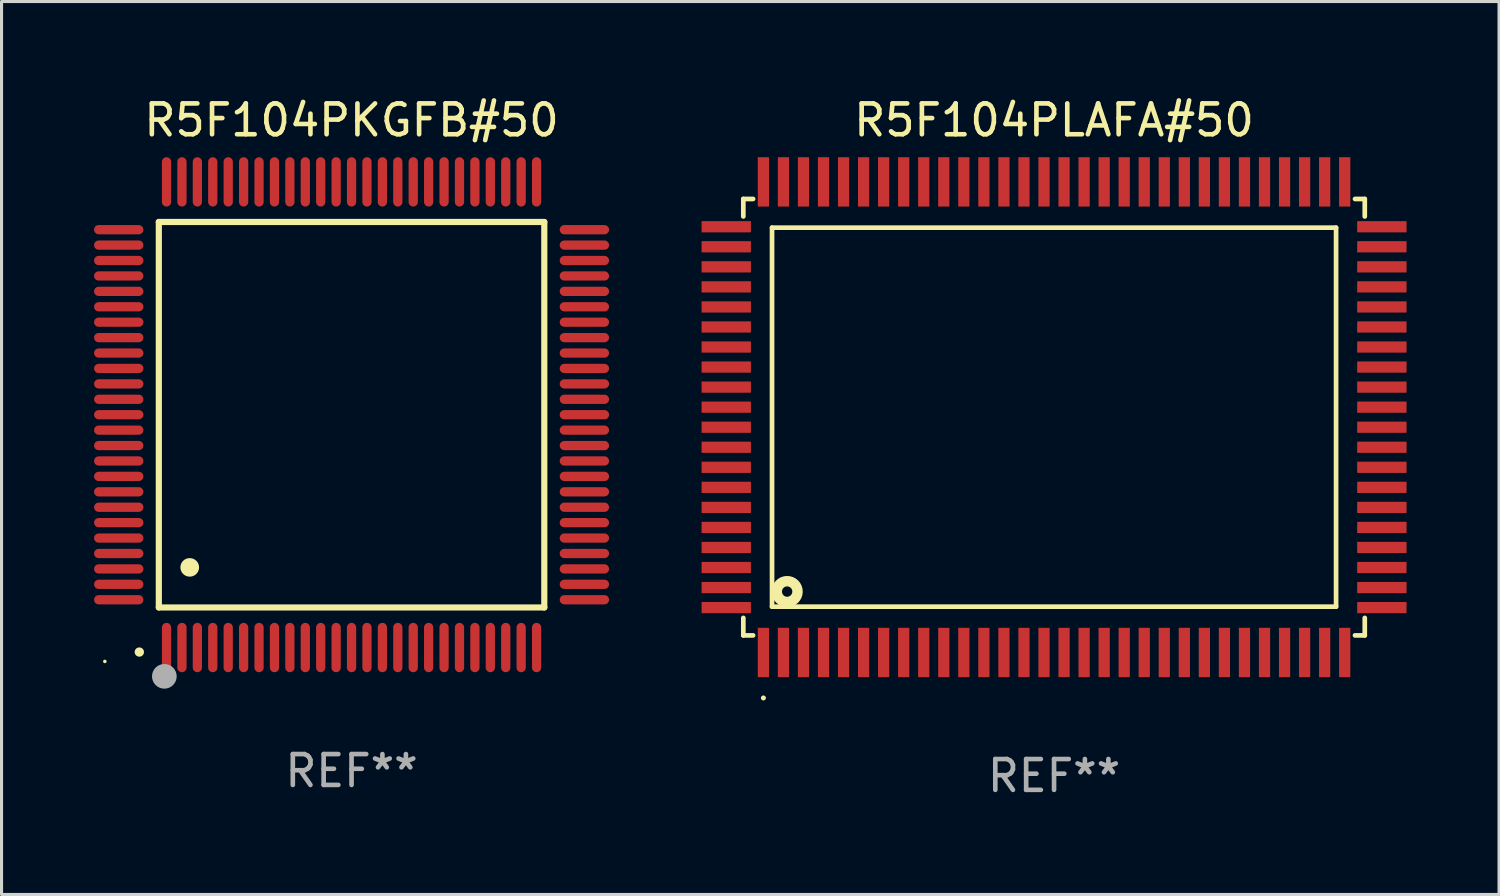
<source format=kicad_pcb>
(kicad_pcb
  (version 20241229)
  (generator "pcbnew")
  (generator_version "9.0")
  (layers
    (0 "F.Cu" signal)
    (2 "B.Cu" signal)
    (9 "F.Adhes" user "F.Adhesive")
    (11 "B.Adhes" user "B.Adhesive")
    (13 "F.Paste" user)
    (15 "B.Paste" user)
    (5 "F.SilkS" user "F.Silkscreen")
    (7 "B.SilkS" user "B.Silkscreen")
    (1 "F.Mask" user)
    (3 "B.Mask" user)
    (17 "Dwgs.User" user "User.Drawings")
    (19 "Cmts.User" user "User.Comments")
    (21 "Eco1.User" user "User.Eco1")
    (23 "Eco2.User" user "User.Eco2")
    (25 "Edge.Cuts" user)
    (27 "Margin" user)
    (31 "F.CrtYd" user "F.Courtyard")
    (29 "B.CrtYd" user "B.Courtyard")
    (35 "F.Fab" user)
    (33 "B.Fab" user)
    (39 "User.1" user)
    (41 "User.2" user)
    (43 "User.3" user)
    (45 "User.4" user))
  (footprint "R5F104PLAFA#50"
    (layer "F.Cu")
    (at 31.13 10.478)
    (property "Reference" "R5F104PLAFA#50" (at 0 -9.63 0) (layer "F.SilkS") (effects (font (size 1 1) (thickness 0.15))))
    (attr through_hole)
    (fp_line (start -10.076 -7.076) (end -10.076 -6.509) (stroke (width 0.152) (type solid)) (layer "F.SilkS"))
    (fp_line (start -10.076 7.076) (end -10.076 6.509) (stroke (width 0.152) (type solid)) (layer "F.SilkS"))
    (fp_line (start -9.759 -7.076) (end -10.076 -7.076) (stroke (width 0.152) (type solid)) (layer "F.SilkS"))
    (fp_line (start -9.759 7.076) (end -10.076 7.076) (stroke (width 0.152) (type solid)) (layer "F.SilkS"))
    (fp_line (start -9.145 -6.145) (end 9.145 -6.145) (stroke (width 0.152) (type solid)) (layer "F.SilkS"))
    (fp_line (start -9.145 6.145) (end -9.145 -6.145) (stroke (width 0.152) (type solid)) (layer "F.SilkS"))
    (fp_line (start 9.145 -6.145) (end 9.145 6.145) (stroke (width 0.152) (type solid)) (layer "F.SilkS"))
    (fp_line (start 9.145 6.145) (end -9.145 6.145) (stroke (width 0.152) (type solid)) (layer "F.SilkS"))
    (fp_line (start 9.759 -7.076) (end 10.076 -7.076) (stroke (width 0.152) (type solid)) (layer "F.SilkS"))
    (fp_line (start 9.759 7.076) (end 10.076 7.076) (stroke (width 0.152) (type solid)) (layer "F.SilkS"))
    (fp_line (start 10.076 -7.076) (end 10.076 -6.509) (stroke (width 0.152) (type solid)) (layer "F.SilkS"))
    (fp_line (start 10.076 7.076) (end 10.076 6.509) (stroke (width 0.152) (type solid)) (layer "F.SilkS"))
    (fp_circle (center -9.425 9.105) (end -9.384 9.105) (stroke (width 0.081) (type solid)) (fill no) (layer "F.SilkS"))
    (fp_circle (center -8.655 5.655) (end -8.487 5.655) (stroke (width 0.338) (type solid)) (fill no) (layer "F.SilkS"))
    (fp_text user "REF**" (at 0 11.63 0) (layer "F.Fab") (effects (font (size 1 1) (thickness 0.15))))
    (pad "1" smd rect (at -9.425 7.63) (size 0.364 1.6) (layers "F.Cu" "F.Mask" "F.Paste"))
    (pad "2" smd rect (at -8.775 7.63) (size 0.364 1.6) (layers "F.Cu" "F.Mask" "F.Paste"))
    (pad "3" smd rect (at -8.125 7.63) (size 0.364 1.6) (layers "F.Cu" "F.Mask" "F.Paste"))
    (pad "4" smd rect (at -7.475 7.63) (size 0.364 1.6) (layers "F.Cu" "F.Mask" "F.Paste"))
    (pad "5" smd rect (at -6.825 7.63) (size 0.364 1.6) (layers "F.Cu" "F.Mask" "F.Paste"))
    (pad "6" smd rect (at -6.175 7.63) (size 0.364 1.6) (layers "F.Cu" "F.Mask" "F.Paste"))
    (pad "7" smd rect (at -5.525 7.63) (size 0.364 1.6) (layers "F.Cu" "F.Mask" "F.Paste"))
    (pad "8" smd rect (at -4.875 7.63) (size 0.364 1.6) (layers "F.Cu" "F.Mask" "F.Paste"))
    (pad "9" smd rect (at -4.225 7.63) (size 0.364 1.6) (layers "F.Cu" "F.Mask" "F.Paste"))
    (pad "10" smd rect (at -3.575 7.63) (size 0.364 1.6) (layers "F.Cu" "F.Mask" "F.Paste"))
    (pad "11" smd rect (at -2.925 7.63) (size 0.364 1.6) (layers "F.Cu" "F.Mask" "F.Paste"))
    (pad "12" smd rect (at -2.275 7.63) (size 0.364 1.6) (layers "F.Cu" "F.Mask" "F.Paste"))
    (pad "13" smd rect (at -1.625 7.63) (size 0.364 1.6) (layers "F.Cu" "F.Mask" "F.Paste"))
    (pad "14" smd rect (at -0.975 7.63) (size 0.364 1.6) (layers "F.Cu" "F.Mask" "F.Paste"))
    (pad "15" smd rect (at -0.325 7.63) (size 0.364 1.6) (layers "F.Cu" "F.Mask" "F.Paste"))
    (pad "16" smd rect (at 0.325 7.63) (size 0.364 1.6) (layers "F.Cu" "F.Mask" "F.Paste"))
    (pad "17" smd rect (at 0.975 7.63) (size 0.364 1.6) (layers "F.Cu" "F.Mask" "F.Paste"))
    (pad "18" smd rect (at 1.625 7.63) (size 0.364 1.6) (layers "F.Cu" "F.Mask" "F.Paste"))
    (pad "19" smd rect (at 2.275 7.63) (size 0.364 1.6) (layers "F.Cu" "F.Mask" "F.Paste"))
    (pad "20" smd rect (at 2.925 7.63) (size 0.364 1.6) (layers "F.Cu" "F.Mask" "F.Paste"))
    (pad "21" smd rect (at 3.575 7.63) (size 0.364 1.6) (layers "F.Cu" "F.Mask" "F.Paste"))
    (pad "22" smd rect (at 4.225 7.63) (size 0.364 1.6) (layers "F.Cu" "F.Mask" "F.Paste"))
    (pad "23" smd rect (at 4.875 7.63) (size 0.364 1.6) (layers "F.Cu" "F.Mask" "F.Paste"))
    (pad "24" smd rect (at 5.525 7.63) (size 0.364 1.6) (layers "F.Cu" "F.Mask" "F.Paste"))
    (pad "25" smd rect (at 6.175 7.63) (size 0.364 1.6) (layers "F.Cu" "F.Mask" "F.Paste"))
    (pad "26" smd rect (at 6.825 7.63) (size 0.364 1.6) (layers "F.Cu" "F.Mask" "F.Paste"))
    (pad "27" smd rect (at 7.475 7.63) (size 0.364 1.6) (layers "F.Cu" "F.Mask" "F.Paste"))
    (pad "28" smd rect (at 8.125 7.63) (size 0.364 1.6) (layers "F.Cu" "F.Mask" "F.Paste"))
    (pad "29" smd rect (at 8.775 7.63) (size 0.364 1.6) (layers "F.Cu" "F.Mask" "F.Paste"))
    (pad "30" smd rect (at 9.425 7.63) (size 0.364 1.6) (layers "F.Cu" "F.Mask" "F.Paste"))
    (pad "31" smd rect (at 10.63 6.175) (size 1.6 0.364) (layers "F.Cu" "F.Mask" "F.Paste"))
    (pad "32" smd rect (at 10.63 5.525) (size 1.6 0.364) (layers "F.Cu" "F.Mask" "F.Paste"))
    (pad "33" smd rect (at 10.63 4.875) (size 1.6 0.364) (layers "F.Cu" "F.Mask" "F.Paste"))
    (pad "34" smd rect (at 10.63 4.225) (size 1.6 0.364) (layers "F.Cu" "F.Mask" "F.Paste"))
    (pad "35" smd rect (at 10.63 3.575) (size 1.6 0.364) (layers "F.Cu" "F.Mask" "F.Paste"))
    (pad "36" smd rect (at 10.63 2.925) (size 1.6 0.364) (layers "F.Cu" "F.Mask" "F.Paste"))
    (pad "37" smd rect (at 10.63 2.275) (size 1.6 0.364) (layers "F.Cu" "F.Mask" "F.Paste"))
    (pad "38" smd rect (at 10.63 1.625) (size 1.6 0.364) (layers "F.Cu" "F.Mask" "F.Paste"))
    (pad "39" smd rect (at 10.63 0.975) (size 1.6 0.364) (layers "F.Cu" "F.Mask" "F.Paste"))
    (pad "40" smd rect (at 10.63 0.325) (size 1.6 0.364) (layers "F.Cu" "F.Mask" "F.Paste"))
    (pad "41" smd rect (at 10.63 -0.325) (size 1.6 0.364) (layers "F.Cu" "F.Mask" "F.Paste"))
    (pad "42" smd rect (at 10.63 -0.975) (size 1.6 0.364) (layers "F.Cu" "F.Mask" "F.Paste"))
    (pad "43" smd rect (at 10.63 -1.625) (size 1.6 0.364) (layers "F.Cu" "F.Mask" "F.Paste"))
    (pad "44" smd rect (at 10.63 -2.275) (size 1.6 0.364) (layers "F.Cu" "F.Mask" "F.Paste"))
    (pad "45" smd rect (at 10.63 -2.925) (size 1.6 0.364) (layers "F.Cu" "F.Mask" "F.Paste"))
    (pad "46" smd rect (at 10.63 -3.575) (size 1.6 0.364) (layers "F.Cu" "F.Mask" "F.Paste"))
    (pad "47" smd rect (at 10.63 -4.225) (size 1.6 0.364) (layers "F.Cu" "F.Mask" "F.Paste"))
    (pad "48" smd rect (at 10.63 -4.875) (size 1.6 0.364) (layers "F.Cu" "F.Mask" "F.Paste"))
    (pad "49" smd rect (at 10.63 -5.525) (size 1.6 0.364) (layers "F.Cu" "F.Mask" "F.Paste"))
    (pad "50" smd rect (at 10.63 -6.175) (size 1.6 0.364) (layers "F.Cu" "F.Mask" "F.Paste"))
    (pad "51" smd rect (at 9.425 -7.63) (size 0.364 1.6) (layers "F.Cu" "F.Mask" "F.Paste"))
    (pad "52" smd rect (at 8.775 -7.63) (size 0.364 1.6) (layers "F.Cu" "F.Mask" "F.Paste"))
    (pad "53" smd rect (at 8.125 -7.63) (size 0.364 1.6) (layers "F.Cu" "F.Mask" "F.Paste"))
    (pad "54" smd rect (at 7.475 -7.63) (size 0.364 1.6) (layers "F.Cu" "F.Mask" "F.Paste"))
    (pad "55" smd rect (at 6.825 -7.63) (size 0.364 1.6) (layers "F.Cu" "F.Mask" "F.Paste"))
    (pad "56" smd rect (at 6.175 -7.63) (size 0.364 1.6) (layers "F.Cu" "F.Mask" "F.Paste"))
    (pad "57" smd rect (at 5.525 -7.63) (size 0.364 1.6) (layers "F.Cu" "F.Mask" "F.Paste"))
    (pad "58" smd rect (at 4.875 -7.63) (size 0.364 1.6) (layers "F.Cu" "F.Mask" "F.Paste"))
    (pad "59" smd rect (at 4.225 -7.63) (size 0.364 1.6) (layers "F.Cu" "F.Mask" "F.Paste"))
    (pad "60" smd rect (at 3.575 -7.63) (size 0.364 1.6) (layers "F.Cu" "F.Mask" "F.Paste"))
    (pad "61" smd rect (at 2.925 -7.63) (size 0.364 1.6) (layers "F.Cu" "F.Mask" "F.Paste"))
    (pad "62" smd rect (at 2.275 -7.63) (size 0.364 1.6) (layers "F.Cu" "F.Mask" "F.Paste"))
    (pad "63" smd rect (at 1.625 -7.63) (size 0.364 1.6) (layers "F.Cu" "F.Mask" "F.Paste"))
    (pad "64" smd rect (at 0.975 -7.63) (size 0.364 1.6) (layers "F.Cu" "F.Mask" "F.Paste"))
    (pad "65" smd rect (at 0.325 -7.63) (size 0.364 1.6) (layers "F.Cu" "F.Mask" "F.Paste"))
    (pad "66" smd rect (at -0.325 -7.63) (size 0.364 1.6) (layers "F.Cu" "F.Mask" "F.Paste"))
    (pad "67" smd rect (at -0.975 -7.63) (size 0.364 1.6) (layers "F.Cu" "F.Mask" "F.Paste"))
    (pad "68" smd rect (at -1.625 -7.63) (size 0.364 1.6) (layers "F.Cu" "F.Mask" "F.Paste"))
    (pad "69" smd rect (at -2.275 -7.63) (size 0.364 1.6) (layers "F.Cu" "F.Mask" "F.Paste"))
    (pad "70" smd rect (at -2.925 -7.63) (size 0.364 1.6) (layers "F.Cu" "F.Mask" "F.Paste"))
    (pad "71" smd rect (at -3.575 -7.63) (size 0.364 1.6) (layers "F.Cu" "F.Mask" "F.Paste"))
    (pad "72" smd rect (at -4.225 -7.63) (size 0.364 1.6) (layers "F.Cu" "F.Mask" "F.Paste"))
    (pad "73" smd rect (at -4.875 -7.63) (size 0.364 1.6) (layers "F.Cu" "F.Mask" "F.Paste"))
    (pad "74" smd rect (at -5.525 -7.63) (size 0.364 1.6) (layers "F.Cu" "F.Mask" "F.Paste"))
    (pad "75" smd rect (at -6.175 -7.63) (size 0.364 1.6) (layers "F.Cu" "F.Mask" "F.Paste"))
    (pad "76" smd rect (at -6.825 -7.63) (size 0.364 1.6) (layers "F.Cu" "F.Mask" "F.Paste"))
    (pad "77" smd rect (at -7.475 -7.63) (size 0.364 1.6) (layers "F.Cu" "F.Mask" "F.Paste"))
    (pad "78" smd rect (at -8.125 -7.63) (size 0.364 1.6) (layers "F.Cu" "F.Mask" "F.Paste"))
    (pad "79" smd rect (at -8.775 -7.63) (size 0.364 1.6) (layers "F.Cu" "F.Mask" "F.Paste"))
    (pad "80" smd rect (at -9.425 -7.63) (size 0.364 1.6) (layers "F.Cu" "F.Mask" "F.Paste"))
    (pad "81" smd rect (at -10.63 -6.175) (size 1.6 0.364) (layers "F.Cu" "F.Mask" "F.Paste"))
    (pad "82" smd rect (at -10.63 -5.525) (size 1.6 0.364) (layers "F.Cu" "F.Mask" "F.Paste"))
    (pad "83" smd rect (at -10.63 -4.875) (size 1.6 0.364) (layers "F.Cu" "F.Mask" "F.Paste"))
    (pad "84" smd rect (at -10.63 -4.225) (size 1.6 0.364) (layers "F.Cu" "F.Mask" "F.Paste"))
    (pad "85" smd rect (at -10.63 -3.575) (size 1.6 0.364) (layers "F.Cu" "F.Mask" "F.Paste"))
    (pad "86" smd rect (at -10.63 -2.925) (size 1.6 0.364) (layers "F.Cu" "F.Mask" "F.Paste"))
    (pad "87" smd rect (at -10.63 -2.275) (size 1.6 0.364) (layers "F.Cu" "F.Mask" "F.Paste"))
    (pad "88" smd rect (at -10.63 -1.625) (size 1.6 0.364) (layers "F.Cu" "F.Mask" "F.Paste"))
    (pad "89" smd rect (at -10.63 -0.975) (size 1.6 0.364) (layers "F.Cu" "F.Mask" "F.Paste"))
    (pad "90" smd rect (at -10.63 -0.325) (size 1.6 0.364) (layers "F.Cu" "F.Mask" "F.Paste"))
    (pad "91" smd rect (at -10.63 0.325) (size 1.6 0.364) (layers "F.Cu" "F.Mask" "F.Paste"))
    (pad "92" smd rect (at -10.63 0.975) (size 1.6 0.364) (layers "F.Cu" "F.Mask" "F.Paste"))
    (pad "93" smd rect (at -10.63 1.625) (size 1.6 0.364) (layers "F.Cu" "F.Mask" "F.Paste"))
    (pad "94" smd rect (at -10.63 2.275) (size 1.6 0.364) (layers "F.Cu" "F.Mask" "F.Paste"))
    (pad "95" smd rect (at -10.63 2.925) (size 1.6 0.364) (layers "F.Cu" "F.Mask" "F.Paste"))
    (pad "96" smd rect (at -10.63 3.575) (size 1.6 0.364) (layers "F.Cu" "F.Mask" "F.Paste"))
    (pad "97" smd rect (at -10.63 4.225) (size 1.6 0.364) (layers "F.Cu" "F.Mask" "F.Paste"))
    (pad "98" smd rect (at -10.63 4.875) (size 1.6 0.364) (layers "F.Cu" "F.Mask" "F.Paste"))
    (pad "99" smd rect (at -10.63 5.525) (size 1.6 0.364) (layers "F.Cu" "F.Mask" "F.Paste"))
    (pad "100" smd rect (at -10.63 6.175) (size 1.6 0.364) (layers "F.Cu" "F.Mask" "F.Paste")))
  (footprint "R5F104PKGFB#50"
    (layer "F.Cu")
    (at 8.35 10.398)
    (property "Reference" "R5F104PKGFB#50" (at 0 -9.55 0) (layer "F.SilkS") (effects (font (size 1 1) (thickness 0.15))))
    (attr through_hole)
    (fp_line (start -6.25 -6.25) (end -6.25 6.25) (stroke (width 0.2) (type solid)) (layer "F.SilkS"))
    (fp_line (start -6.25 6.25) (end 6.25 6.25) (stroke (width 0.2) (type solid)) (layer "F.SilkS"))
    (fp_line (start 6.25 -6.25) (end -6.25 -6.25) (stroke (width 0.2) (type solid)) (layer "F.SilkS"))
    (fp_line (start 6.25 6.25) (end 6.25 -6.25) (stroke (width 0.2) (type solid)) (layer "F.SilkS"))
    (fp_arc (start -6.883414 7.696215) (mid -6.882144 7.69621) (end -6.880874 7.696215) (stroke (width 0.3) (type solid)) (layer "F.SilkS"))
    (fp_arc (start -5.250191 4.95047) (mid -5.247651 4.950459) (end -5.245111 4.95047) (stroke (width 0.6) (type solid)) (layer "F.SilkS"))
    (fp_circle (center -8 8) (end -7.97 8) (stroke (width 0.06) (type solid)) (fill no) (layer "F.SilkS"))
    (fp_circle (center -6.071 8.484) (end -5.871 8.484) (stroke (width 0.4) (type solid)) (fill no) (layer "F.Fab"))
    (fp_text user "REF**" (at 0 11.55 0) (layer "F.Fab") (effects (font (size 1 1) (thickness 0.15))))
    (pad "1" smd oval (at -6 7.55) (size 0.3 1.6) (layers "F.Cu" "F.Mask" "F.Paste"))
    (pad "2" smd oval (at -5.5 7.55) (size 0.3 1.6) (layers "F.Cu" "F.Mask" "F.Paste"))
    (pad "3" smd oval (at -5 7.55) (size 0.3 1.6) (layers "F.Cu" "F.Mask" "F.Paste"))
    (pad "4" smd oval (at -4.5 7.55) (size 0.3 1.6) (layers "F.Cu" "F.Mask" "F.Paste"))
    (pad "5" smd oval (at -4 7.55) (size 0.3 1.6) (layers "F.Cu" "F.Mask" "F.Paste"))
    (pad "6" smd oval (at -3.5 7.55) (size 0.3 1.6) (layers "F.Cu" "F.Mask" "F.Paste"))
    (pad "7" smd oval (at -3 7.55) (size 0.3 1.6) (layers "F.Cu" "F.Mask" "F.Paste"))
    (pad "8" smd oval (at -2.5 7.55) (size 0.3 1.6) (layers "F.Cu" "F.Mask" "F.Paste"))
    (pad "9" smd oval (at -2 7.55) (size 0.3 1.6) (layers "F.Cu" "F.Mask" "F.Paste"))
    (pad "10" smd oval (at -1.5 7.55) (size 0.3 1.6) (layers "F.Cu" "F.Mask" "F.Paste"))
    (pad "11" smd oval (at -1 7.55) (size 0.3 1.6) (layers "F.Cu" "F.Mask" "F.Paste"))
    (pad "12" smd oval (at -0.5 7.55) (size 0.3 1.6) (layers "F.Cu" "F.Mask" "F.Paste"))
    (pad "13" smd oval (at 0 7.55) (size 0.3 1.6) (layers "F.Cu" "F.Mask" "F.Paste"))
    (pad "14" smd oval (at 0.5 7.55) (size 0.3 1.6) (layers "F.Cu" "F.Mask" "F.Paste"))
    (pad "15" smd oval (at 1 7.55) (size 0.3 1.6) (layers "F.Cu" "F.Mask" "F.Paste"))
    (pad "16" smd oval (at 1.5 7.55) (size 0.3 1.6) (layers "F.Cu" "F.Mask" "F.Paste"))
    (pad "17" smd oval (at 2 7.55) (size 0.3 1.6) (layers "F.Cu" "F.Mask" "F.Paste"))
    (pad "18" smd oval (at 2.5 7.55) (size 0.3 1.6) (layers "F.Cu" "F.Mask" "F.Paste"))
    (pad "19" smd oval (at 3 7.55) (size 0.3 1.6) (layers "F.Cu" "F.Mask" "F.Paste"))
    (pad "20" smd oval (at 3.5 7.55) (size 0.3 1.6) (layers "F.Cu" "F.Mask" "F.Paste"))
    (pad "21" smd oval (at 4 7.55) (size 0.3 1.6) (layers "F.Cu" "F.Mask" "F.Paste"))
    (pad "22" smd oval (at 4.5 7.55) (size 0.3 1.6) (layers "F.Cu" "F.Mask" "F.Paste"))
    (pad "23" smd oval (at 5 7.55) (size 0.3 1.6) (layers "F.Cu" "F.Mask" "F.Paste"))
    (pad "24" smd oval (at 5.5 7.55) (size 0.3 1.6) (layers "F.Cu" "F.Mask" "F.Paste"))
    (pad "25" smd oval (at 6 7.55) (size 0.3 1.6) (layers "F.Cu" "F.Mask" "F.Paste"))
    (pad "26" smd oval (at 7.55 6) (size 1.6 0.3) (layers "F.Cu" "F.Mask" "F.Paste"))
    (pad "27" smd oval (at 7.55 5.5) (size 1.6 0.3) (layers "F.Cu" "F.Mask" "F.Paste"))
    (pad "28" smd oval (at 7.55 5) (size 1.6 0.3) (layers "F.Cu" "F.Mask" "F.Paste"))
    (pad "29" smd oval (at 7.55 4.5) (size 1.6 0.3) (layers "F.Cu" "F.Mask" "F.Paste"))
    (pad "30" smd oval (at 7.55 4) (size 1.6 0.3) (layers "F.Cu" "F.Mask" "F.Paste"))
    (pad "31" smd oval (at 7.55 3.5) (size 1.6 0.3) (layers "F.Cu" "F.Mask" "F.Paste"))
    (pad "32" smd oval (at 7.55 3) (size 1.6 0.3) (layers "F.Cu" "F.Mask" "F.Paste"))
    (pad "33" smd oval (at 7.55 2.5) (size 1.6 0.3) (layers "F.Cu" "F.Mask" "F.Paste"))
    (pad "34" smd oval (at 7.55 2) (size 1.6 0.3) (layers "F.Cu" "F.Mask" "F.Paste"))
    (pad "35" smd oval (at 7.55 1.5) (size 1.6 0.3) (layers "F.Cu" "F.Mask" "F.Paste"))
    (pad "36" smd oval (at 7.55 1) (size 1.6 0.3) (layers "F.Cu" "F.Mask" "F.Paste"))
    (pad "37" smd oval (at 7.55 0.5) (size 1.6 0.3) (layers "F.Cu" "F.Mask" "F.Paste"))
    (pad "38" smd oval (at 7.55 0) (size 1.6 0.3) (layers "F.Cu" "F.Mask" "F.Paste"))
    (pad "39" smd oval (at 7.55 -0.5) (size 1.6 0.3) (layers "F.Cu" "F.Mask" "F.Paste"))
    (pad "40" smd oval (at 7.55 -1) (size 1.6 0.3) (layers "F.Cu" "F.Mask" "F.Paste"))
    (pad "41" smd oval (at 7.55 -1.5) (size 1.6 0.3) (layers "F.Cu" "F.Mask" "F.Paste"))
    (pad "42" smd oval (at 7.55 -2) (size 1.6 0.3) (layers "F.Cu" "F.Mask" "F.Paste"))
    (pad "43" smd oval (at 7.55 -2.5) (size 1.6 0.3) (layers "F.Cu" "F.Mask" "F.Paste"))
    (pad "44" smd oval (at 7.55 -3) (size 1.6 0.3) (layers "F.Cu" "F.Mask" "F.Paste"))
    (pad "45" smd oval (at 7.55 -3.5) (size 1.6 0.3) (layers "F.Cu" "F.Mask" "F.Paste"))
    (pad "46" smd oval (at 7.55 -4) (size 1.6 0.3) (layers "F.Cu" "F.Mask" "F.Paste"))
    (pad "47" smd oval (at 7.55 -4.5) (size 1.6 0.3) (layers "F.Cu" "F.Mask" "F.Paste"))
    (pad "48" smd oval (at 7.55 -5) (size 1.6 0.3) (layers "F.Cu" "F.Mask" "F.Paste"))
    (pad "49" smd oval (at 7.55 -5.5) (size 1.6 0.3) (layers "F.Cu" "F.Mask" "F.Paste"))
    (pad "50" smd oval (at 7.55 -6) (size 1.6 0.3) (layers "F.Cu" "F.Mask" "F.Paste"))
    (pad "51" smd oval (at 6 -7.55) (size 0.3 1.6) (layers "F.Cu" "F.Mask" "F.Paste"))
    (pad "52" smd oval (at 5.5 -7.55) (size 0.3 1.6) (layers "F.Cu" "F.Mask" "F.Paste"))
    (pad "53" smd oval (at 5 -7.55) (size 0.3 1.6) (layers "F.Cu" "F.Mask" "F.Paste"))
    (pad "54" smd oval (at 4.5 -7.55) (size 0.3 1.6) (layers "F.Cu" "F.Mask" "F.Paste"))
    (pad "55" smd oval (at 4 -7.55) (size 0.3 1.6) (layers "F.Cu" "F.Mask" "F.Paste"))
    (pad "56" smd oval (at 3.5 -7.55) (size 0.3 1.6) (layers "F.Cu" "F.Mask" "F.Paste"))
    (pad "57" smd oval (at 3 -7.55) (size 0.3 1.6) (layers "F.Cu" "F.Mask" "F.Paste"))
    (pad "58" smd oval (at 2.5 -7.55) (size 0.3 1.6) (layers "F.Cu" "F.Mask" "F.Paste"))
    (pad "59" smd oval (at 2 -7.55) (size 0.3 1.6) (layers "F.Cu" "F.Mask" "F.Paste"))
    (pad "60" smd oval (at 1.5 -7.55) (size 0.3 1.6) (layers "F.Cu" "F.Mask" "F.Paste"))
    (pad "61" smd oval (at 1 -7.55) (size 0.3 1.6) (layers "F.Cu" "F.Mask" "F.Paste"))
    (pad "62" smd oval (at 0.5 -7.55) (size 0.3 1.6) (layers "F.Cu" "F.Mask" "F.Paste"))
    (pad "63" smd oval (at 0 -7.55) (size 0.3 1.6) (layers "F.Cu" "F.Mask" "F.Paste"))
    (pad "64" smd oval (at -0.5 -7.55) (size 0.3 1.6) (layers "F.Cu" "F.Mask" "F.Paste"))
    (pad "65" smd oval (at -1 -7.55) (size 0.3 1.6) (layers "F.Cu" "F.Mask" "F.Paste"))
    (pad "66" smd oval (at -1.5 -7.55) (size 0.3 1.6) (layers "F.Cu" "F.Mask" "F.Paste"))
    (pad "67" smd oval (at -2 -7.55) (size 0.3 1.6) (layers "F.Cu" "F.Mask" "F.Paste"))
    (pad "68" smd oval (at -2.5 -7.55) (size 0.3 1.6) (layers "F.Cu" "F.Mask" "F.Paste"))
    (pad "69" smd oval (at -3 -7.55) (size 0.3 1.6) (layers "F.Cu" "F.Mask" "F.Paste"))
    (pad "70" smd oval (at -3.5 -7.55) (size 0.3 1.6) (layers "F.Cu" "F.Mask" "F.Paste"))
    (pad "71" smd oval (at -4 -7.55) (size 0.3 1.6) (layers "F.Cu" "F.Mask" "F.Paste"))
    (pad "72" smd oval (at -4.5 -7.55) (size 0.3 1.6) (layers "F.Cu" "F.Mask" "F.Paste"))
    (pad "73" smd oval (at -5 -7.55) (size 0.3 1.6) (layers "F.Cu" "F.Mask" "F.Paste"))
    (pad "74" smd oval (at -5.5 -7.55) (size 0.3 1.6) (layers "F.Cu" "F.Mask" "F.Paste"))
    (pad "75" smd oval (at -6 -7.55) (size 0.3 1.6) (layers "F.Cu" "F.Mask" "F.Paste"))
    (pad "76" smd oval (at -7.55 -6) (size 1.6 0.3) (layers "F.Cu" "F.Mask" "F.Paste"))
    (pad "77" smd oval (at -7.55 -5.5) (size 1.6 0.3) (layers "F.Cu" "F.Mask" "F.Paste"))
    (pad "78" smd oval (at -7.55 -5) (size 1.6 0.3) (layers "F.Cu" "F.Mask" "F.Paste"))
    (pad "79" smd oval (at -7.55 -4.5) (size 1.6 0.3) (layers "F.Cu" "F.Mask" "F.Paste"))
    (pad "80" smd oval (at -7.55 -4) (size 1.6 0.3) (layers "F.Cu" "F.Mask" "F.Paste"))
    (pad "81" smd oval (at -7.55 -3.5) (size 1.6 0.3) (layers "F.Cu" "F.Mask" "F.Paste"))
    (pad "82" smd oval (at -7.55 -3) (size 1.6 0.3) (layers "F.Cu" "F.Mask" "F.Paste"))
    (pad "83" smd oval (at -7.55 -2.5) (size 1.6 0.3) (layers "F.Cu" "F.Mask" "F.Paste"))
    (pad "84" smd oval (at -7.55 -2) (size 1.6 0.3) (layers "F.Cu" "F.Mask" "F.Paste"))
    (pad "85" smd oval (at -7.55 -1.5) (size 1.6 0.3) (layers "F.Cu" "F.Mask" "F.Paste"))
    (pad "86" smd oval (at -7.55 -1) (size 1.6 0.3) (layers "F.Cu" "F.Mask" "F.Paste"))
    (pad "87" smd oval (at -7.55 -0.5) (size 1.6 0.3) (layers "F.Cu" "F.Mask" "F.Paste"))
    (pad "88" smd oval (at -7.55 0) (size 1.6 0.3) (layers "F.Cu" "F.Mask" "F.Paste"))
    (pad "89" smd oval (at -7.55 0.5) (size 1.6 0.3) (layers "F.Cu" "F.Mask" "F.Paste"))
    (pad "90" smd oval (at -7.55 1) (size 1.6 0.3) (layers "F.Cu" "F.Mask" "F.Paste"))
    (pad "91" smd oval (at -7.55 1.5) (size 1.6 0.3) (layers "F.Cu" "F.Mask" "F.Paste"))
    (pad "92" smd oval (at -7.55 2) (size 1.6 0.3) (layers "F.Cu" "F.Mask" "F.Paste"))
    (pad "93" smd oval (at -7.55 2.5) (size 1.6 0.3) (layers "F.Cu" "F.Mask" "F.Paste"))
    (pad "94" smd oval (at -7.55 3) (size 1.6 0.3) (layers "F.Cu" "F.Mask" "F.Paste"))
    (pad "95" smd oval (at -7.55 3.5) (size 1.6 0.3) (layers "F.Cu" "F.Mask" "F.Paste"))
    (pad "96" smd oval (at -7.55 4) (size 1.6 0.3) (layers "F.Cu" "F.Mask" "F.Paste"))
    (pad "97" smd oval (at -7.55 4.5) (size 1.6 0.3) (layers "F.Cu" "F.Mask" "F.Paste"))
    (pad "98" smd oval (at -7.55 5) (size 1.6 0.3) (layers "F.Cu" "F.Mask" "F.Paste"))
    (pad "99" smd oval (at -7.55 5.5) (size 1.6 0.3) (layers "F.Cu" "F.Mask" "F.Paste"))
    (pad "100" smd oval (at -7.55 6) (size 1.6 0.3) (layers "F.Cu" "F.Mask" "F.Paste")))
  (gr_rect
    (start -3 -3)
    (end 45.56 25.956)
    (stroke (width 0.1) (type default))
    (fill no)
    (layer "Edge.Cuts")))
</source>
